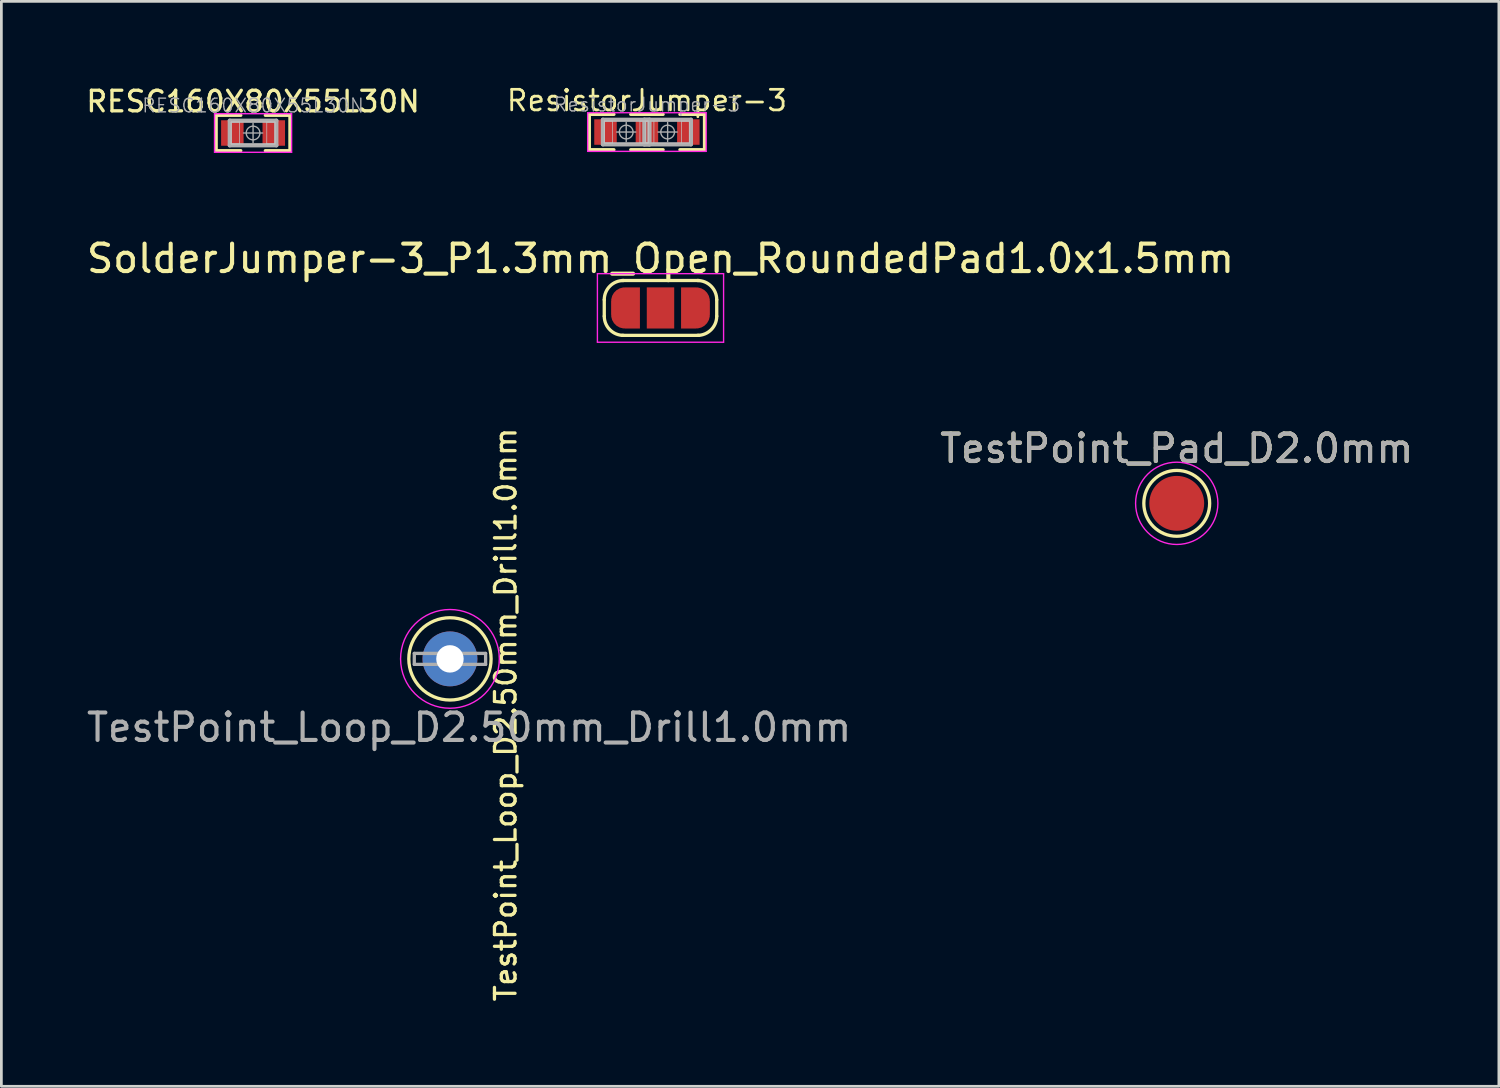
<source format=kicad_pcb>
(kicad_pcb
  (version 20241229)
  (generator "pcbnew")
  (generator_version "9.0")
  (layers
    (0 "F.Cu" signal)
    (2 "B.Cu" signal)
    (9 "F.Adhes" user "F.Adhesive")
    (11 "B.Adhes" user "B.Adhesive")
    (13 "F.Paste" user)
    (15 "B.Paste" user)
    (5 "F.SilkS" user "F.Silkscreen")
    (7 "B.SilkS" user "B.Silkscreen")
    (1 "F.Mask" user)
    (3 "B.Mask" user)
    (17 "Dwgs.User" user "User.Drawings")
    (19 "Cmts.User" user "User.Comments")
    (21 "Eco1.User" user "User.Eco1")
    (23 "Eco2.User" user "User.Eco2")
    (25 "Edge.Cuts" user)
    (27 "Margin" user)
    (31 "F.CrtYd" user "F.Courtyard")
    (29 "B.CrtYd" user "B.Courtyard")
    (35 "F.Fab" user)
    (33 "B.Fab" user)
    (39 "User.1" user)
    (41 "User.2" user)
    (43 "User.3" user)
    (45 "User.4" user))
  (footprint "TestPoint_Loop_D2.50mm_Drill1.0mm"
    (layer "F.Cu")
    (at 13.354 20.971)
    (property "Reference" "TestPoint_Loop_D2.50mm_Drill1.0mm" (at 2.032 2.032 90) (layer "F.SilkS") (effects (font (size 0.75 0.75) (thickness 0.12))))
    (attr through_hole)
    (fp_circle (center 0 0) (end 1.5 0) (stroke (width 0.12) (type solid)) (fill no) (layer "F.SilkS"))
    (fp_circle (center 0 0) (end 1.8 0) (stroke (width 0.05) (type solid)) (fill no) (layer "F.CrtYd"))
    (fp_line (start -1.3 -0.2) (end -1.3 0.2) (stroke (width 0.12) (type solid)) (layer "F.Fab"))
    (fp_line (start -1.3 0.2) (end 1.3 0.2) (stroke (width 0.12) (type solid)) (layer "F.Fab"))
    (fp_line (start 1.3 -0.2) (end -1.3 -0.2) (stroke (width 0.12) (type solid)) (layer "F.Fab"))
    (fp_line (start 1.3 0.2) (end 1.3 -0.2) (stroke (width 0.12) (type solid)) (layer "F.Fab"))
    (fp_text user "${REFERENCE}" (at 0.7 2.5 0) (layer "F.Fab") (effects (font (size 1 1) (thickness 0.15))))
    (pad "1" thru_hole circle (at 0 0) (size 2 2) (drill 1) (layers "*.Cu" "*.Mask")))
  (footprint "ResistorJumper-3"
    (layer "F.Cu")
    (at 20.535 1.764)
    (property "Reference" "ResistorJumper-3" (at 0 -1.15 0) (unlocked yes) (layer "F.SilkS") (effects (font (size 0.75 0.75) (thickness 0.1))))
    (attr smd)
    (fp_line (start -2.1 -0.645) (end -1.203 -0.645) (stroke (width 0.12) (type solid)) (layer "F.SilkS"))
    (fp_line (start -2.1 0.645) (end -2.1 -0.645) (stroke (width 0.12) (type solid)) (layer "F.SilkS"))
    (fp_line (start -1.203 0.645) (end -2.1 0.645) (stroke (width 0.12) (type solid)) (layer "F.SilkS"))
    (fp_line (start -0.59 0.645) (end 0.59 0.645) (stroke (width 0.12) (type solid)) (layer "F.SilkS"))
    (fp_line (start 0.59 -0.645) (end -0.59 -0.645) (stroke (width 0.12) (type solid)) (layer "F.SilkS"))
    (fp_line (start 1.203 -0.645) (end 2.1 -0.645) (stroke (width 0.12) (type solid)) (layer "F.SilkS"))
    (fp_line (start 2.1 -0.645) (end 2.1 0.645) (stroke (width 0.12) (type solid)) (layer "F.SilkS"))
    (fp_line (start 2.1 0.645) (end 1.203 0.645) (stroke (width 0.12) (type solid)) (layer "F.SilkS"))
    (fp_line (start -1.555 -0.4) (end -1.255 -0.4) (stroke (width 0.025) (type solid)) (layer "Dwgs.User"))
    (fp_line (start -1.555 -0.4) (end 0.045 -0.4) (stroke (width 0.025) (type solid)) (layer "Dwgs.User"))
    (fp_line (start -1.555 0.4) (end -1.555 -0.4) (stroke (width 0.025) (type solid)) (layer "Dwgs.User"))
    (fp_line (start -1.555 0.4) (end -1.555 -0.4) (stroke (width 0.025) (type solid)) (layer "Dwgs.User"))
    (fp_line (start -1.255 -0.4) (end -1.255 0.4) (stroke (width 0.025) (type solid)) (layer "Dwgs.User"))
    (fp_line (start -1.255 0.4) (end -1.555 0.4) (stroke (width 0.025) (type solid)) (layer "Dwgs.User"))
    (fp_line (start -0.255 -0.4) (end 0.045 -0.4) (stroke (width 0.025) (type solid)) (layer "Dwgs.User"))
    (fp_line (start -0.255 0.4) (end -0.255 -0.4) (stroke (width 0.025) (type solid)) (layer "Dwgs.User"))
    (fp_line (start -0.045 -0.4) (end 1.555 -0.4) (stroke (width 0.025) (type solid)) (layer "Dwgs.User"))
    (fp_line (start -0.045 0.4) (end -0.045 -0.4) (stroke (width 0.025) (type solid)) (layer "Dwgs.User"))
    (fp_line (start 0.045 -0.4) (end 0.045 0.4) (stroke (width 0.025) (type solid)) (layer "Dwgs.User"))
    (fp_line (start 0.045 -0.4) (end 0.045 0.4) (stroke (width 0.025) (type solid)) (layer "Dwgs.User"))
    (fp_line (start 0.045 0.4) (end -1.555 0.4) (stroke (width 0.025) (type solid)) (layer "Dwgs.User"))
    (fp_line (start 0.045 0.4) (end -0.255 0.4) (stroke (width 0.025) (type solid)) (layer "Dwgs.User"))
    (fp_line (start 0.255 -0.4) (end 0.255 0.4) (stroke (width 0.025) (type solid)) (layer "Dwgs.User"))
    (fp_line (start 1.255 -0.4) (end 1.555 -0.4) (stroke (width 0.025) (type solid)) (layer "Dwgs.User"))
    (fp_line (start 1.255 0.4) (end 1.255 -0.4) (stroke (width 0.025) (type solid)) (layer "Dwgs.User"))
    (fp_line (start 1.555 -0.4) (end 1.555 0.4) (stroke (width 0.025) (type solid)) (layer "Dwgs.User"))
    (fp_line (start 1.555 0.4) (end -0.045 0.4) (stroke (width 0.025) (type solid)) (layer "Dwgs.User"))
    (fp_line (start -2.16 -0.704) (end 2.16 -0.704) (stroke (width 0.05) (type solid)) (layer "F.CrtYd"))
    (fp_line (start -2.16 0.704) (end -2.16 -0.704) (stroke (width 0.05) (type solid)) (layer "F.CrtYd"))
    (fp_line (start 2.16 -0.704) (end 2.16 0.704) (stroke (width 0.05) (type solid)) (layer "F.CrtYd"))
    (fp_line (start 2.16 0.704) (end -2.16 0.704) (stroke (width 0.05) (type solid)) (layer "F.CrtYd"))
    (fp_line (start -1.605 -0.45) (end 0.095 -0.45) (stroke (width 0.15) (type solid)) (layer "F.Fab"))
    (fp_line (start -1.605 0.45) (end -1.605 -0.45) (stroke (width 0.15) (type solid)) (layer "F.Fab"))
    (fp_line (start -0.755 -0.35) (end -0.755 0.35) (stroke (width 0.05) (type solid)) (layer "F.Fab"))
    (fp_line (start -0.405 0) (end -1.105 0) (stroke (width 0.05) (type solid)) (layer "F.Fab"))
    (fp_line (start -0.095 -0.45) (end 1.605 -0.45) (stroke (width 0.15) (type solid)) (layer "F.Fab"))
    (fp_line (start -0.095 0.45) (end -0.095 -0.45) (stroke (width 0.15) (type solid)) (layer "F.Fab"))
    (fp_line (start 0.095 -0.45) (end 0.095 0.45) (stroke (width 0.15) (type solid)) (layer "F.Fab"))
    (fp_line (start 0.095 0.45) (end -1.605 0.45) (stroke (width 0.15) (type solid)) (layer "F.Fab"))
    (fp_line (start 0.755 -0.35) (end 0.755 0.35) (stroke (width 0.05) (type solid)) (layer "F.Fab"))
    (fp_line (start 1.105 0) (end 0.405 0) (stroke (width 0.05) (type solid)) (layer "F.Fab"))
    (fp_line (start 1.605 -0.45) (end 1.605 0.45) (stroke (width 0.15) (type solid)) (layer "F.Fab"))
    (fp_line (start 1.605 0.45) (end -0.095 0.45) (stroke (width 0.15) (type solid)) (layer "F.Fab"))
    (fp_circle (center -0.755 0) (end -0.505 0) (stroke (width 0.05) (type solid)) (fill no) (layer "F.Fab"))
    (fp_circle (center 0.755 0) (end 1.005 0) (stroke (width 0.05) (type solid)) (fill no) (layer "F.Fab"))
    (fp_text user "${REFERENCE}" (at 0 -1 0) (unlocked yes) (layer "F.Fab") (effects (font (size 0.5 0.5) (thickness 0.05))))
    (pad "1" smd rect (at -1.51 0) (size 0.82 0.929) (layers "F.Cu" "F.Mask" "F.Paste"))
    (pad "2" smd rect (at 0 0) (size 0.82 0.929) (layers "F.Cu" "F.Mask" "F.Paste"))
    (pad "3" smd rect (at 1.51 0) (size 0.82 0.929) (layers "F.Cu" "F.Mask" "F.Paste")))
  (footprint "SolderJumper-3_P1.3mm_Open_RoundedPad1.0x1.5mm"
    (layer "F.Cu")
    (at 21.03 8.177)
    (property "Reference" "SolderJumper-3_P1.3mm_Open_RoundedPad1.0x1.5mm" (at 0 -1.8 0) (layer "F.SilkS") (effects (font (size 1 1) (thickness 0.15))))
    (attr exclude_from_pos_files)
    (fp_line (start -2.05 0.3) (end -2.05 -0.3) (stroke (width 0.12) (type solid)) (layer "F.SilkS"))
    (fp_line (start -1.4 -1) (end 1.4 -1) (stroke (width 0.12) (type solid)) (layer "F.SilkS"))
    (fp_line (start 1.4 1) (end -1.4 1) (stroke (width 0.12) (type solid)) (layer "F.SilkS"))
    (fp_line (start 2.05 -0.3) (end 2.05 0.3) (stroke (width 0.12) (type solid)) (layer "F.SilkS"))
    (fp_arc (start -2.05 -0.3) (mid -1.844975 -0.794975) (end -1.35 -1) (stroke (width 0.12) (type solid)) (layer "F.SilkS"))
    (fp_arc (start -1.35 1) (mid -1.844975 0.794975) (end -2.05 0.3) (stroke (width 0.12) (type solid)) (layer "F.SilkS"))
    (fp_arc (start 1.35 -1) (mid 1.844975 -0.794975) (end 2.05 -0.3) (stroke (width 0.12) (type solid)) (layer "F.SilkS"))
    (fp_arc (start 2.05 0.3) (mid 1.844975 0.794975) (end 1.35 1) (stroke (width 0.12) (type solid)) (layer "F.SilkS"))
    (fp_line (start -2.3 -1.25) (end -2.3 1.25) (stroke (width 0.05) (type solid)) (layer "F.CrtYd"))
    (fp_line (start -2.3 -1.25) (end 2.3 -1.25) (stroke (width 0.05) (type solid)) (layer "F.CrtYd"))
    (fp_line (start 2.3 1.25) (end -2.3 1.25) (stroke (width 0.05) (type solid)) (layer "F.CrtYd"))
    (fp_line (start 2.3 1.25) (end 2.3 -1.25) (stroke (width 0.05) (type solid)) (layer "F.CrtYd"))
    (pad "1" smd custom (at -1.3 0) (size 1 0.5) (layers "F.Cu" "F.Mask") (options (anchor rect)) (primitives (gr_circle (center 0 0.25) (end 0.5 0.25) (width 0) (fill yes)) (gr_circle (center 0 -0.25) (end 0.5 -0.25) (width 0) (fill yes)) (gr_poly (pts (xy 0.55 0.75) (xy 0 0.75) (xy 0 -0.75) (xy 0.55 -0.75)) (width 0) (fill yes))))
    (pad "2" smd rect (at 0 0) (size 1 1.5) (layers "F.Cu" "F.Mask"))
    (pad "3" smd custom (at 1.3 0) (size 1 0.5) (layers "F.Cu" "F.Mask") (options (anchor rect)) (primitives (gr_circle (center 0 0.25) (end 0.5 0.25) (width 0) (fill yes)) (gr_circle (center 0 -0.25) (end 0.5 -0.25) (width 0) (fill yes)) (gr_poly (pts (xy 0 0.75) (xy -0.55 0.75) (xy -0.55 -0.75) (xy 0 -0.75)) (width 0) (fill yes)))))
  (footprint "RESC160X80X55L30N"
    (layer "F.Cu")
    (at 6.176 1.799)
    (property "Reference" "RESC160X80X55L30N" (at 0 -1.15 0) (layer "F.SilkS") (effects (font (size 0.75 0.75) (thickness 0.12))))
    (attr smd)
    (fp_line (start -1.345 -0.645) (end -0.448 -0.645) (stroke (width 0.12) (type solid)) (layer "F.SilkS"))
    (fp_line (start -1.345 0.645) (end -1.345 -0.645) (stroke (width 0.12) (type solid)) (layer "F.SilkS"))
    (fp_line (start -0.448 0.645) (end -1.345 0.645) (stroke (width 0.12) (type solid)) (layer "F.SilkS"))
    (fp_line (start 0.448 0.645) (end 1.345 0.645) (stroke (width 0.12) (type solid)) (layer "F.SilkS"))
    (fp_line (start 1.345 -0.645) (end 0.448 -0.645) (stroke (width 0.12) (type solid)) (layer "F.SilkS"))
    (fp_line (start 1.345 0.645) (end 1.345 -0.645) (stroke (width 0.12) (type solid)) (layer "F.SilkS"))
    (fp_line (start -0.8 -0.4) (end -0.5 -0.4) (stroke (width 0.025) (type solid)) (layer "Dwgs.User"))
    (fp_line (start -0.8 -0.4) (end 0.8 -0.4) (stroke (width 0.025) (type solid)) (layer "Dwgs.User"))
    (fp_line (start -0.8 0.4) (end -0.8 -0.4) (stroke (width 0.025) (type solid)) (layer "Dwgs.User"))
    (fp_line (start -0.8 0.4) (end -0.8 -0.4) (stroke (width 0.025) (type solid)) (layer "Dwgs.User"))
    (fp_line (start -0.5 -0.4) (end -0.5 0.4) (stroke (width 0.025) (type solid)) (layer "Dwgs.User"))
    (fp_line (start -0.5 0.4) (end -0.8 0.4) (stroke (width 0.025) (type solid)) (layer "Dwgs.User"))
    (fp_line (start 0.5 -0.4) (end 0.8 -0.4) (stroke (width 0.025) (type solid)) (layer "Dwgs.User"))
    (fp_line (start 0.5 0.4) (end 0.5 -0.4) (stroke (width 0.025) (type solid)) (layer "Dwgs.User"))
    (fp_line (start 0.8 -0.4) (end 0.8 0.4) (stroke (width 0.025) (type solid)) (layer "Dwgs.User"))
    (fp_line (start 0.8 -0.4) (end 0.8 0.4) (stroke (width 0.025) (type solid)) (layer "Dwgs.User"))
    (fp_line (start 0.8 0.4) (end -0.8 0.4) (stroke (width 0.025) (type solid)) (layer "Dwgs.User"))
    (fp_line (start 0.8 0.4) (end 0.5 0.4) (stroke (width 0.025) (type solid)) (layer "Dwgs.User"))
    (fp_line (start -1.405 -0.704) (end 1.405 -0.704) (stroke (width 0.05) (type solid)) (layer "F.CrtYd"))
    (fp_line (start -1.405 0.704) (end -1.405 -0.704) (stroke (width 0.05) (type solid)) (layer "F.CrtYd"))
    (fp_line (start 1.405 -0.704) (end 1.405 0.704) (stroke (width 0.05) (type solid)) (layer "F.CrtYd"))
    (fp_line (start 1.405 0.704) (end -1.405 0.704) (stroke (width 0.05) (type solid)) (layer "F.CrtYd"))
    (fp_line (start -0.85 -0.45) (end 0.85 -0.45) (stroke (width 0.15) (type solid)) (layer "F.Fab"))
    (fp_line (start -0.85 0.45) (end -0.85 -0.45) (stroke (width 0.15) (type solid)) (layer "F.Fab"))
    (fp_line (start 0 -0.35) (end 0 0.35) (stroke (width 0.05) (type solid)) (layer "F.Fab"))
    (fp_line (start 0.35 0) (end -0.35 0) (stroke (width 0.05) (type solid)) (layer "F.Fab"))
    (fp_line (start 0.85 -0.45) (end 0.85 0.45) (stroke (width 0.15) (type solid)) (layer "F.Fab"))
    (fp_line (start 0.85 0.45) (end -0.85 0.45) (stroke (width 0.15) (type solid)) (layer "F.Fab"))
    (fp_circle (center 0 0) (end 0.25 0) (stroke (width 0.05) (type solid)) (fill no) (layer "F.Fab"))
    (fp_text user "${REFERENCE}" (at 0 -1 0) (layer "F.Fab") (effects (font (size 0.5 0.5) (thickness 0.05))))
    (pad "1" smd rect (at -0.755 0) (size 0.82 0.929) (layers "F.Cu" "F.Mask" "F.Paste"))
    (pad "2" smd rect (at 0.755 0) (size 0.82 0.929) (layers "F.Cu" "F.Mask" "F.Paste")))
  (footprint "TestPoint_Pad_D2.0mm"
    (layer "F.Cu")
    (at 39.851 15.3)
    (property "Reference" "TestPoint_Pad_D2.0mm" (at 0 -1.998 0) (layer "F.SilkS") (effects (font (size 1 1) (thickness 0.15))))
    (attr exclude_from_pos_files)
    (fp_circle (center 0 0) (end 0 1.2) (stroke (width 0.12) (type solid)) (fill no) (layer "F.SilkS"))
    (fp_circle (center 0 0) (end 1.5 0) (stroke (width 0.05) (type solid)) (fill no) (layer "F.CrtYd"))
    (fp_text user "${REFERENCE}" (at 0 -2 0) (layer "F.Fab") (effects (font (size 1 1) (thickness 0.15))))
    (pad "1" smd circle (at 0 0) (size 2 2) (layers "F.Cu" "F.Mask")))
  (gr_rect
    (start -3 -3)
    (end 51.595 36.554)
    (stroke (width 0.1) (type default))
    (fill no)
    (layer "Edge.Cuts")))
</source>
